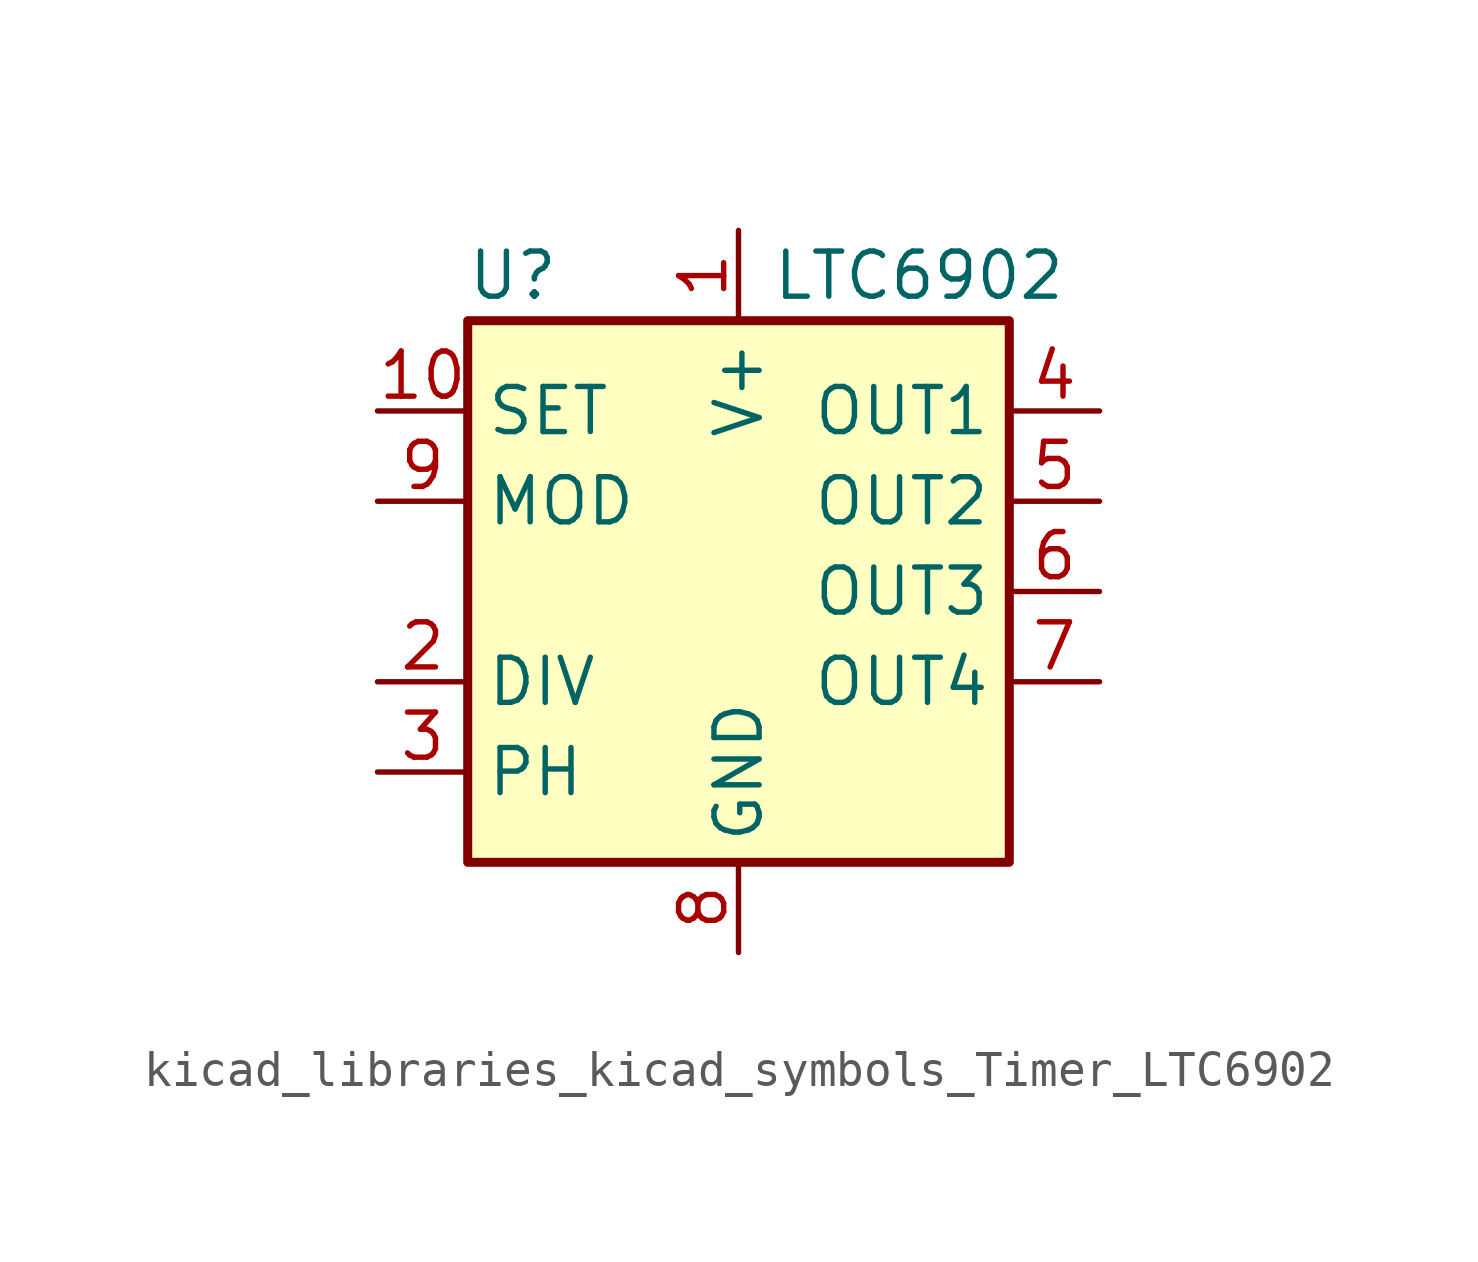
<source format=kicad_sym>
(kicad_symbol_lib
  (version 20220914)
  (generator kicad_symbol_editor)
  (symbol "kicad_libraries_kicad_symbols_Timer_LTC6902"
    (property "Reference" "U"
      (at -6.35 8.89 0)
      (effects (font (size 1.27 1.27))))
    (property "Value" "LTC6902"
      (at 5.08 8.89 0)
      (effects (font (size 1.27 1.27))))
    (symbol "kicad_libraries_kicad_symbols_Timer_LTC6902_0_1"
      (rectangle (start -7.62 7.62) (end 7.62 -7.62) (stroke (width 0.254) (type default)) (fill (type background))))
    (symbol "kicad_libraries_kicad_symbols_Timer_LTC6902_1_1"
      (pin power_in line (at 0 10.16 270) (length 2.54) (name "V+" (effects (font (size 1.27 1.27)))) (number "1" (effects (font (size 1.27 1.27)))))
      (pin passive line (at -10.16 5.08 0) (length 2.54) (name "SET" (effects (font (size 1.27 1.27)))) (number "10" (effects (font (size 1.27 1.27)))))
      (pin input line (at -10.16 -2.54 0) (length 2.54) (name "DIV" (effects (font (size 1.27 1.27)))) (number "2" (effects (font (size 1.27 1.27)))))
      (pin input line (at -10.16 -5.08 0) (length 2.54) (name "PH" (effects (font (size 1.27 1.27)))) (number "3" (effects (font (size 1.27 1.27)))))
      (pin output line (at 10.16 5.08 180) (length 2.54) (name "OUT1" (effects (font (size 1.27 1.27)))) (number "4" (effects (font (size 1.27 1.27)))))
      (pin output line (at 10.16 2.54 180) (length 2.54) (name "OUT2" (effects (font (size 1.27 1.27)))) (number "5" (effects (font (size 1.27 1.27)))))
      (pin output line (at 10.16 0 180) (length 2.54) (name "OUT3" (effects (font (size 1.27 1.27)))) (number "6" (effects (font (size 1.27 1.27)))))
      (pin output line (at 10.16 -2.54 180) (length 2.54) (name "OUT4" (effects (font (size 1.27 1.27)))) (number "7" (effects (font (size 1.27 1.27)))))
      (pin power_in line (at 0 -10.16 90) (length 2.54) (name "GND" (effects (font (size 1.27 1.27)))) (number "8" (effects (font (size 1.27 1.27)))))
      (pin passive line (at -10.16 2.54 0) (length 2.54) (name "MOD" (effects (font (size 1.27 1.27)))) (number "9" (effects (font (size 1.27 1.27))))))))
</source>
